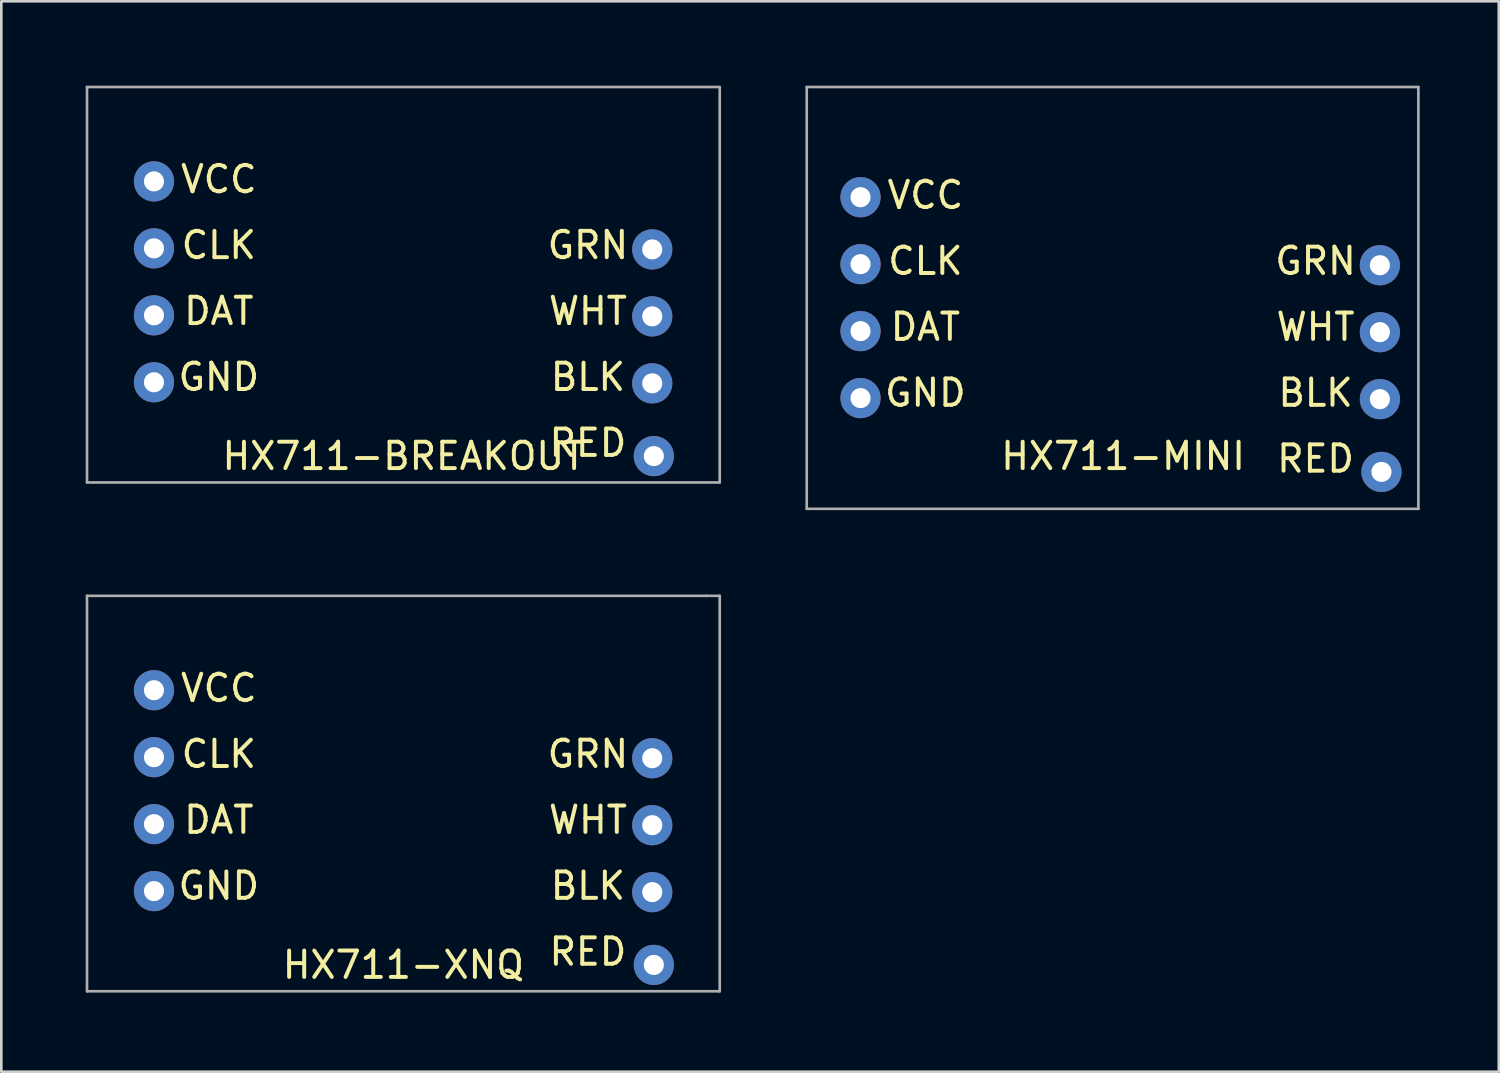
<source format=kicad_pcb>
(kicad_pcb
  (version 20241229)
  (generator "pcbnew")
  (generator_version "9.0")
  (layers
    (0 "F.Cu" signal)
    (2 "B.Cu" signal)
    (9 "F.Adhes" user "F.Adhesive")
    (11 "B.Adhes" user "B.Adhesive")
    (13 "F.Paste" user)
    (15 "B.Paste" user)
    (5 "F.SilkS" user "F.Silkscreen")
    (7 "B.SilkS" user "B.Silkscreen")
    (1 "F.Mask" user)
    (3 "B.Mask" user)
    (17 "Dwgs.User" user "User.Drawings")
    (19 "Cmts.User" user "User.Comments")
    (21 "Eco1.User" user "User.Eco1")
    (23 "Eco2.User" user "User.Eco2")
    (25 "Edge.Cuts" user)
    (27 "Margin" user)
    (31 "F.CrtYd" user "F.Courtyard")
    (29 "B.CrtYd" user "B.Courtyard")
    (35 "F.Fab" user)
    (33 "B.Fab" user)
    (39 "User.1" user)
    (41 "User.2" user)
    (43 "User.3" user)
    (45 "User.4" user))
  (footprint "HX711-XNQ"
    (layer "F.Cu")
    (at 0.25 19.55)
    (property "Reference" "HX711-XNQ" (at 12 14 0) (layer "F.SilkS") (effects (font (size 1 1) (thickness 0.15))))
    (attr through_hole)
    (fp_line (start 0 0) (end 23.5 0) (stroke (width 0.1) (type solid)) (layer "F.Fab"))
    (fp_line (start 0 15) (end 0 0) (stroke (width 0.1) (type solid)) (layer "F.Fab"))
    (fp_line (start 0 15) (end 24 15) (stroke (width 0.1) (type solid)) (layer "F.Fab"))
    (fp_line (start 23.5 0) (end 24 0) (stroke (width 0.1) (type solid)) (layer "F.Fab"))
    (fp_line (start 24 0) (end 24 15) (stroke (width 0.1) (type solid)) (layer "F.Fab"))
    (fp_text user "WHT" (at 19 8.5 0) (layer "F.SilkS") (effects (font (size 1 1) (thickness 0.15))))
    (fp_text user "VCC" (at 5 3.5 0) (layer "F.SilkS") (effects (font (size 1 1) (thickness 0.15))))
    (fp_text user "DAT" (at 5 8.5 0) (layer "F.SilkS") (effects (font (size 1 1) (thickness 0.15))))
    (fp_text user "RED" (at 19 13.5 0) (layer "F.SilkS") (effects (font (size 1 1) (thickness 0.15))))
    (fp_text user "BLK" (at 19 11 0) (layer "F.SilkS") (effects (font (size 1 1) (thickness 0.15))))
    (fp_text user "GND" (at 5 11 0) (layer "F.SilkS") (effects (font (size 1 1) (thickness 0.15))))
    (fp_text user "CLK" (at 5 6 0) (layer "F.SilkS") (effects (font (size 1 1) (thickness 0.15))))
    (fp_text user "GRN" (at 19 6 0) (layer "F.SilkS") (effects (font (size 1 1) (thickness 0.15))))
    (pad "1" thru_hole circle (at 21.5 14) (size 1.524 1.524) (drill 0.762) (layers "*.Cu" "*.Mask"))
    (pad "2" thru_hole circle (at 21.44 11.24) (size 1.524 1.524) (drill 0.762) (layers "*.Cu" "*.Mask"))
    (pad "3" thru_hole circle (at 21.44 8.7) (size 1.524 1.524) (drill 0.762) (layers "*.Cu" "*.Mask"))
    (pad "4" thru_hole circle (at 21.44 6.16) (size 1.524 1.524) (drill 0.762) (layers "*.Cu" "*.Mask"))
    (pad "7" thru_hole circle (at 2.54 3.58) (size 1.524 1.524) (drill 0.762) (layers "*.Cu" "*.Mask"))
    (pad "8" thru_hole circle (at 2.54 8.66) (size 1.524 1.524) (drill 0.762) (layers "*.Cu" "*.Mask"))
    (pad "9" thru_hole circle (at 2.54 6.12) (size 1.524 1.524) (drill 0.762) (layers "*.Cu" "*.Mask"))
    (pad "10" thru_hole circle (at 2.54 11.2) (size 1.524 1.524) (drill 0.762) (layers "*.Cu" "*.Mask")))
  (footprint "HX711-BREAKOUT"
    (layer "F.Cu")
    (at 0.25 0.25)
    (property "Reference" "HX711-BREAKOUT" (at 12 14 0) (layer "F.SilkS") (effects (font (size 1 1) (thickness 0.15))))
    (attr through_hole)
    (fp_line (start 0 0) (end 23.5 0) (stroke (width 0.1) (type solid)) (layer "F.Fab"))
    (fp_line (start 0 15) (end 0 0) (stroke (width 0.1) (type solid)) (layer "F.Fab"))
    (fp_line (start 0 15) (end 24 15) (stroke (width 0.1) (type solid)) (layer "F.Fab"))
    (fp_line (start 23.5 0) (end 24 0) (stroke (width 0.1) (type solid)) (layer "F.Fab"))
    (fp_line (start 24 0) (end 24 15) (stroke (width 0.1) (type solid)) (layer "F.Fab"))
    (fp_text user "VCC" (at 5 3.5 0) (layer "F.SilkS") (effects (font (size 1 1) (thickness 0.15))))
    (fp_text user "RED" (at 19 13.5 0) (layer "F.SilkS") (effects (font (size 1 1) (thickness 0.15))))
    (fp_text user "GND" (at 5 11 0) (layer "F.SilkS") (effects (font (size 1 1) (thickness 0.15))))
    (fp_text user "GRN" (at 19 6 0) (layer "F.SilkS") (effects (font (size 1 1) (thickness 0.15))))
    (fp_text user "DAT" (at 5 8.5 0) (layer "F.SilkS") (effects (font (size 1 1) (thickness 0.15))))
    (fp_text user "BLK" (at 19 11 0) (layer "F.SilkS") (effects (font (size 1 1) (thickness 0.15))))
    (fp_text user "WHT" (at 19 8.5 0) (layer "F.SilkS") (effects (font (size 1 1) (thickness 0.15))))
    (fp_text user "CLK" (at 5 6 0) (layer "F.SilkS") (effects (font (size 1 1) (thickness 0.15))))
    (pad "1" thru_hole circle (at 21.5 14) (size 1.524 1.524) (drill 0.762) (layers "*.Cu" "*.Mask"))
    (pad "2" thru_hole circle (at 21.44 11.24) (size 1.524 1.524) (drill 0.762) (layers "*.Cu" "*.Mask"))
    (pad "3" thru_hole circle (at 21.44 8.7) (size 1.524 1.524) (drill 0.762) (layers "*.Cu" "*.Mask"))
    (pad "4" thru_hole circle (at 21.44 6.16) (size 1.524 1.524) (drill 0.762) (layers "*.Cu" "*.Mask"))
    (pad "7" thru_hole circle (at 2.54 3.58) (size 1.524 1.524) (drill 0.762) (layers "*.Cu" "*.Mask"))
    (pad "8" thru_hole circle (at 2.54 8.66) (size 1.524 1.524) (drill 0.762) (layers "*.Cu" "*.Mask"))
    (pad "9" thru_hole circle (at 2.54 6.12) (size 1.524 1.524) (drill 0.762) (layers "*.Cu" "*.Mask"))
    (pad "10" thru_hole circle (at 2.54 11.2) (size 1.524 1.524) (drill 0.762) (layers "*.Cu" "*.Mask")))
  (footprint "HX711-MINI"
    (layer "F.Cu")
    (at 27.55 0.25)
    (property "Reference" "HX711-MINI" (at 12 14 0) (layer "F.SilkS") (effects (font (size 1 1) (thickness 0.15))))
    (attr through_hole)
    (fp_line (start 0 0) (end 23.2 0) (stroke (width 0.1) (type solid)) (layer "F.Fab"))
    (fp_line (start 0 16) (end 0 0) (stroke (width 0.1) (type solid)) (layer "F.Fab"))
    (fp_line (start 0 16) (end 23.2 16) (stroke (width 0.1) (type solid)) (layer "F.Fab"))
    (fp_line (start 23.2 0) (end 23.2 16) (stroke (width 0.1) (type solid)) (layer "F.Fab"))
    (fp_text user "GRN" (at 19.3 6.6 0) (layer "F.SilkS") (effects (font (size 1 1) (thickness 0.15))))
    (fp_text user "BLK" (at 19.3 11.6 0) (layer "F.SilkS") (effects (font (size 1 1) (thickness 0.15))))
    (fp_text user "DAT" (at 4.5 9.1 0) (layer "F.SilkS") (effects (font (size 1 1) (thickness 0.15))))
    (fp_text user "VCC" (at 4.5 4.1 0) (layer "F.SilkS") (effects (font (size 1 1) (thickness 0.15))))
    (fp_text user "RED" (at 19.3 14.1 0) (layer "F.SilkS") (effects (font (size 1 1) (thickness 0.15))))
    (fp_text user "WHT" (at 19.3 9.1 0) (layer "F.SilkS") (effects (font (size 1 1) (thickness 0.15))))
    (fp_text user "CLK" (at 4.5 6.6 0) (layer "F.SilkS") (effects (font (size 1 1) (thickness 0.15))))
    (fp_text user "GND" (at 4.5 11.6 0) (layer "F.SilkS") (effects (font (size 1 1) (thickness 0.15))))
    (pad "1" thru_hole circle (at 21.8 14.6) (size 1.524 1.524) (drill 0.762) (layers "*.Cu" "*.Mask"))
    (pad "2" thru_hole circle (at 21.74 11.84) (size 1.524 1.524) (drill 0.762) (layers "*.Cu" "*.Mask"))
    (pad "3" thru_hole circle (at 21.74 9.3) (size 1.524 1.524) (drill 0.762) (layers "*.Cu" "*.Mask"))
    (pad "4" thru_hole circle (at 21.74 6.76) (size 1.524 1.524) (drill 0.762) (layers "*.Cu" "*.Mask"))
    (pad "7" thru_hole circle (at 2.04 4.18) (size 1.524 1.524) (drill 0.762) (layers "*.Cu" "*.Mask"))
    (pad "8" thru_hole circle (at 2.04 9.26) (size 1.524 1.524) (drill 0.762) (layers "*.Cu" "*.Mask"))
    (pad "9" thru_hole circle (at 2.04 6.72) (size 1.524 1.524) (drill 0.762) (layers "*.Cu" "*.Mask"))
    (pad "10" thru_hole circle (at 2.04 11.8) (size 1.524 1.524) (drill 0.762) (layers "*.Cu" "*.Mask")))
  (gr_rect
    (start -3 -3)
    (end 53.8 37.6)
    (stroke (width 0.1) (type default))
    (fill no)
    (layer "Edge.Cuts")))
</source>
